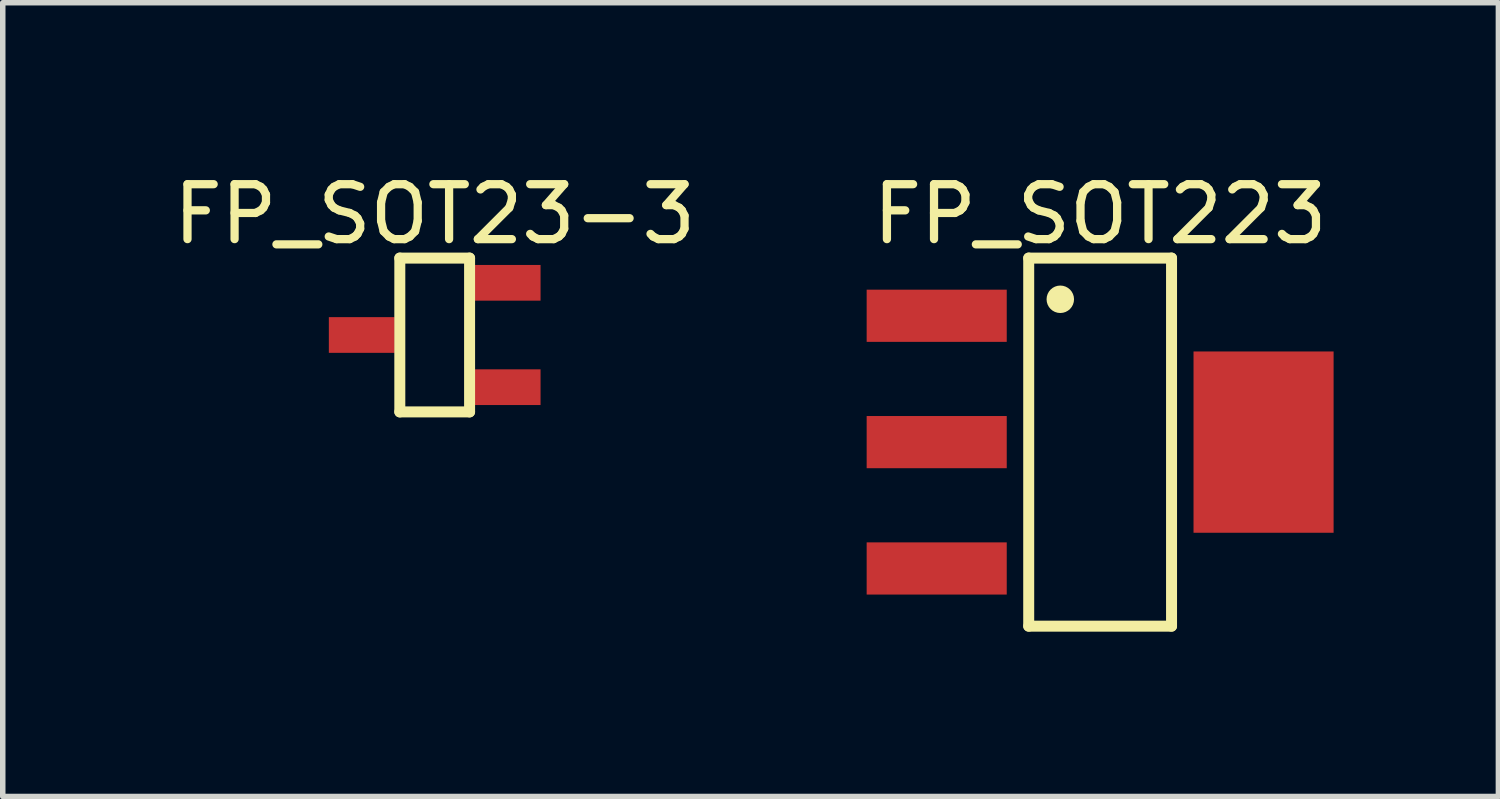
<source format=kicad_pcb>
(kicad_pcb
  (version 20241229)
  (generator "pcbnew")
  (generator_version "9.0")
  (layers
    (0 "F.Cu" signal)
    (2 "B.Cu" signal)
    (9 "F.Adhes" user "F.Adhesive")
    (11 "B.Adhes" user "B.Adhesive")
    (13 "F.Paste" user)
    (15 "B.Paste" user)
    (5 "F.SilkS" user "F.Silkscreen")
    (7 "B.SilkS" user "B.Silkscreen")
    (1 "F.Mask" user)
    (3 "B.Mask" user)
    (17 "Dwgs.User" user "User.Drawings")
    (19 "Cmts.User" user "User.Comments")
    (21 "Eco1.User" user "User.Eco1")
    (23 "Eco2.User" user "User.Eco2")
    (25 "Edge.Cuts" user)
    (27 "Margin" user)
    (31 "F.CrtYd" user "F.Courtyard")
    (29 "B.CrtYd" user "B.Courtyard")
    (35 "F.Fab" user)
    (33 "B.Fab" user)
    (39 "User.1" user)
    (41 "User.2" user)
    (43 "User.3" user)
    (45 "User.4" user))
  (footprint "FP_SOT223"
    (layer "F.Cu")
    (at 16.976 4.998)
    (property "Reference" "FP_SOT223" (at 0 -4.15 0) (layer "F.SilkS") (effects (font (size 1 1) (thickness 0.15))))
    (fp_line (start -1.3 -3.35) (end 1.3 -3.35) (stroke (width 0.2) (type solid)) (layer "F.SilkS"))
    (fp_line (start -1.3 3.35) (end -1.3 -3.35) (stroke (width 0.2) (type solid)) (layer "F.SilkS"))
    (fp_line (start -1.3 3.35) (end 1.3 3.35) (stroke (width 0.2) (type solid)) (layer "F.SilkS"))
    (fp_line (start 1.3 3.35) (end 1.3 -3.35) (stroke (width 0.2) (type solid)) (layer "F.SilkS"))
    (fp_circle (center -0.725 -2.6) (end -0.725 -2.725) (stroke (width 0.25) (type solid)) (fill no) (layer "F.SilkS"))
    (pad "1" smd rect (at -2.975 -2.3 90) (size 0.95 2.55) (layers "F.Cu" "F.Mask" "F.Paste"))
    (pad "2" smd rect (at -2.975 0 90) (size 0.95 2.55) (layers "F.Cu" "F.Mask" "F.Paste"))
    (pad "2" smd rect (at 2.975 0 90) (size 3.3 2.55) (layers "F.Cu" "F.Mask" "F.Paste"))
    (pad "3" smd rect (at -2.975 2.3 90) (size 0.95 2.55) (layers "F.Cu" "F.Mask" "F.Paste")))
  (footprint "FP_SOT23-3"
    (layer "F.Cu")
    (at 4.863 3.048)
    (property "Reference" "FP_SOT23-3" (at 0 -2.2 0) (layer "F.SilkS") (effects (font (size 1 1) (thickness 0.15))))
    (fp_line (start -0.635 -1.4) (end 0.635 -1.4) (stroke (width 0.2) (type solid)) (layer "F.SilkS"))
    (fp_line (start -0.635 1.4) (end -0.635 -1.4) (stroke (width 0.2) (type solid)) (layer "F.SilkS"))
    (fp_line (start -0.635 1.4) (end 0.635 1.4) (stroke (width 0.2) (type solid)) (layer "F.SilkS"))
    (fp_line (start 0.635 1.4) (end 0.635 -1.4) (stroke (width 0.2) (type solid)) (layer "F.SilkS"))
    (pad "1" smd rect (at 1.327 0.95 90) (size 0.65 1.2) (layers "F.Cu" "F.Mask" "F.Paste"))
    (pad "2" smd rect (at 1.327 -0.95 90) (size 0.65 1.2) (layers "F.Cu" "F.Mask" "F.Paste"))
    (pad "3" smd rect (at -1.327 0 90) (size 0.65 1.2) (layers "F.Cu" "F.Mask" "F.Paste")))
  (gr_rect
    (start -3 -3)
    (end 24.226 11.448)
    (stroke (width 0.1) (type default))
    (fill no)
    (layer "Edge.Cuts")))
</source>
